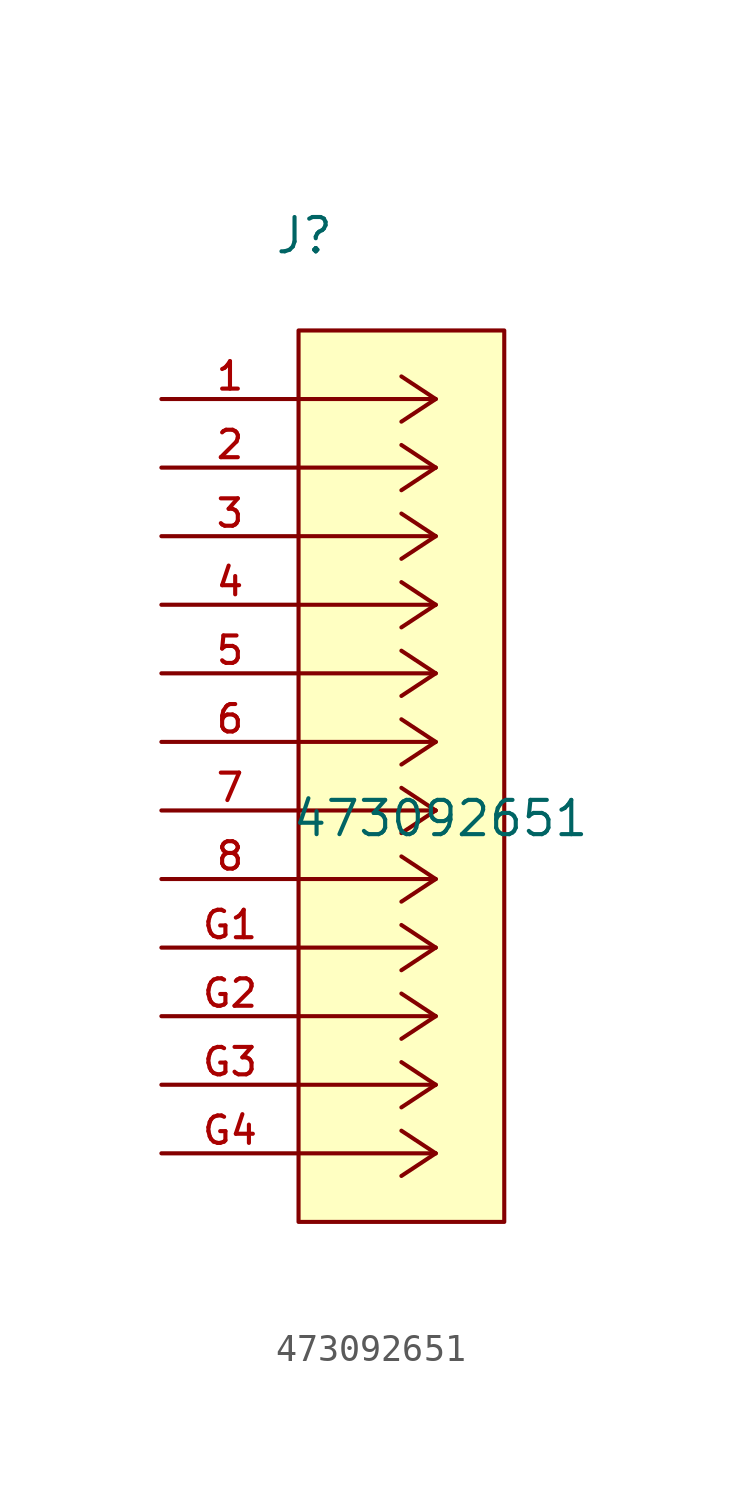
<source format=kicad_sym>
(kicad_symbol_lib
  (version 20211014)
  (generator kicad_symbol_editor)
  (symbol "473092651"
    (pin_names
      (offset 1.016))
    (property "Reference" "J"
      (at 4.166 5.309 0.0)
      (effects (font (size 1.27 1.27)) (justify bottom left)))
    (property "Value" "473092651"
      (at 4.801 -16.281 0.0)
      (effects (font (size 1.27 1.27)) (justify bottom left)))
    (symbol "473092651_0_0"
      (polyline (pts (xy 10.16 0.0) (xy 5.08 0.0)) (stroke (width 0.152)))
      (polyline (pts (xy 10.16 -2.54) (xy 5.08 -2.54)) (stroke (width 0.152)))
      (polyline (pts (xy 10.16 -5.08) (xy 5.08 -5.08)) (stroke (width 0.152)))
      (polyline (pts (xy 10.16 -7.62) (xy 5.08 -7.62)) (stroke (width 0.152)))
      (polyline (pts (xy 10.16 -10.16) (xy 5.08 -10.16)) (stroke (width 0.152)))
      (polyline (pts (xy 10.16 -12.7) (xy 5.08 -12.7)) (stroke (width 0.152)))
      (polyline (pts (xy 10.16 -15.24) (xy 5.08 -15.24)) (stroke (width 0.152)))
      (polyline (pts (xy 10.16 -17.78) (xy 5.08 -17.78)) (stroke (width 0.152)))
      (polyline (pts (xy 10.16 -20.32) (xy 5.08 -20.32)) (stroke (width 0.152)))
      (polyline (pts (xy 10.16 -22.86) (xy 5.08 -22.86)) (stroke (width 0.152)))
      (polyline (pts (xy 10.16 -25.4) (xy 5.08 -25.4)) (stroke (width 0.152)))
      (polyline (pts (xy 10.16 -27.94) (xy 5.08 -27.94)) (stroke (width 0.152)))
      (polyline (pts (xy 10.16 0.0) (xy 8.89 0.838)) (stroke (width 0.152)))
      (polyline (pts (xy 10.16 -2.54) (xy 8.89 -1.702)) (stroke (width 0.152)))
      (polyline (pts (xy 10.16 -5.08) (xy 8.89 -4.242)) (stroke (width 0.152)))
      (polyline (pts (xy 10.16 -7.62) (xy 8.89 -6.782)) (stroke (width 0.152)))
      (polyline (pts (xy 10.16 -10.16) (xy 8.89 -9.322)) (stroke (width 0.152)))
      (polyline (pts (xy 10.16 -12.7) (xy 8.89 -11.862)) (stroke (width 0.152)))
      (polyline (pts (xy 10.16 -15.24) (xy 8.89 -14.402)) (stroke (width 0.152)))
      (polyline (pts (xy 10.16 -17.78) (xy 8.89 -16.942)) (stroke (width 0.152)))
      (polyline (pts (xy 10.16 -20.32) (xy 8.89 -19.482)) (stroke (width 0.152)))
      (polyline (pts (xy 10.16 -22.86) (xy 8.89 -22.022)) (stroke (width 0.152)))
      (polyline (pts (xy 10.16 -25.4) (xy 8.89 -24.562)) (stroke (width 0.152)))
      (polyline (pts (xy 10.16 -27.94) (xy 8.89 -27.102)) (stroke (width 0.152)))
      (polyline (pts (xy 10.16 0.0) (xy 8.89 -0.838)) (stroke (width 0.152)))
      (polyline (pts (xy 10.16 -2.54) (xy 8.89 -3.378)) (stroke (width 0.152)))
      (polyline (pts (xy 10.16 -5.08) (xy 8.89 -5.918)) (stroke (width 0.152)))
      (polyline (pts (xy 10.16 -7.62) (xy 8.89 -8.458)) (stroke (width 0.152)))
      (polyline (pts (xy 10.16 -10.16) (xy 8.89 -10.998)) (stroke (width 0.152)))
      (polyline (pts (xy 10.16 -12.7) (xy 8.89 -13.538)) (stroke (width 0.152)))
      (polyline (pts (xy 10.16 -15.24) (xy 8.89 -16.078)) (stroke (width 0.152)))
      (polyline (pts (xy 10.16 -17.78) (xy 8.89 -18.618)) (stroke (width 0.152)))
      (polyline (pts (xy 10.16 -20.32) (xy 8.89 -21.158)) (stroke (width 0.152)))
      (polyline (pts (xy 10.16 -22.86) (xy 8.89 -23.698)) (stroke (width 0.152)))
      (polyline (pts (xy 10.16 -25.4) (xy 8.89 -26.238)) (stroke (width 0.152)))
      (polyline (pts (xy 10.16 -27.94) (xy 8.89 -28.778)) (stroke (width 0.152)))
      (rectangle (start 5.08 -30.48) (end 12.7 2.54) (stroke (width 0.152)) (fill (type background)))
      (pin bidirectional line (at 0.0 0.0 0) (length 5.08) (name "~" (effects (font (size 1.016 1.016)))) (number "1" (effects (font (size 1.016 1.016)))))
      (pin passive line (at 0.0 -2.54 0) (length 5.08) (name "~" (effects (font (size 1.016 1.016)))) (number "2" (effects (font (size 1.016 1.016)))))
      (pin passive line (at 0.0 -5.08 0) (length 5.08) (name "~" (effects (font (size 1.016 1.016)))) (number "3" (effects (font (size 1.016 1.016)))))
      (pin power_in line (at 0.0 -7.62 0) (length 5.08) (name "~" (effects (font (size 1.016 1.016)))) (number "4" (effects (font (size 1.016 1.016)))))
      (pin passive line (at 0.0 -10.16 0) (length 5.08) (name "~" (effects (font (size 1.016 1.016)))) (number "5" (effects (font (size 1.016 1.016)))))
      (pin passive line (at 0.0 -12.7 0) (length 5.08) (name "~" (effects (font (size 1.016 1.016)))) (number "6" (effects (font (size 1.016 1.016)))))
      (pin bidirectional line (at 0.0 -15.24 0) (length 5.08) (name "~" (effects (font (size 1.016 1.016)))) (number "7" (effects (font (size 1.016 1.016)))))
      (pin bidirectional line (at 0.0 -17.78 0) (length 5.08) (name "~" (effects (font (size 1.016 1.016)))) (number "8" (effects (font (size 1.016 1.016)))))
      (pin passive line (at 0.0 -20.32 0) (length 5.08) (name "~" (effects (font (size 1.016 1.016)))) (number "G1" (effects (font (size 1.016 1.016)))))
      (pin passive line (at 0.0 -22.86 0) (length 5.08) (name "~" (effects (font (size 1.016 1.016)))) (number "G2" (effects (font (size 1.016 1.016)))))
      (pin passive line (at 0.0 -25.4 0) (length 5.08) (name "~" (effects (font (size 1.016 1.016)))) (number "G3" (effects (font (size 1.016 1.016)))))
      (pin passive line (at 0.0 -27.94 0) (length 5.08) (name "~" (effects (font (size 1.016 1.016)))) (number "G4" (effects (font (size 1.016 1.016))))))))
</source>
